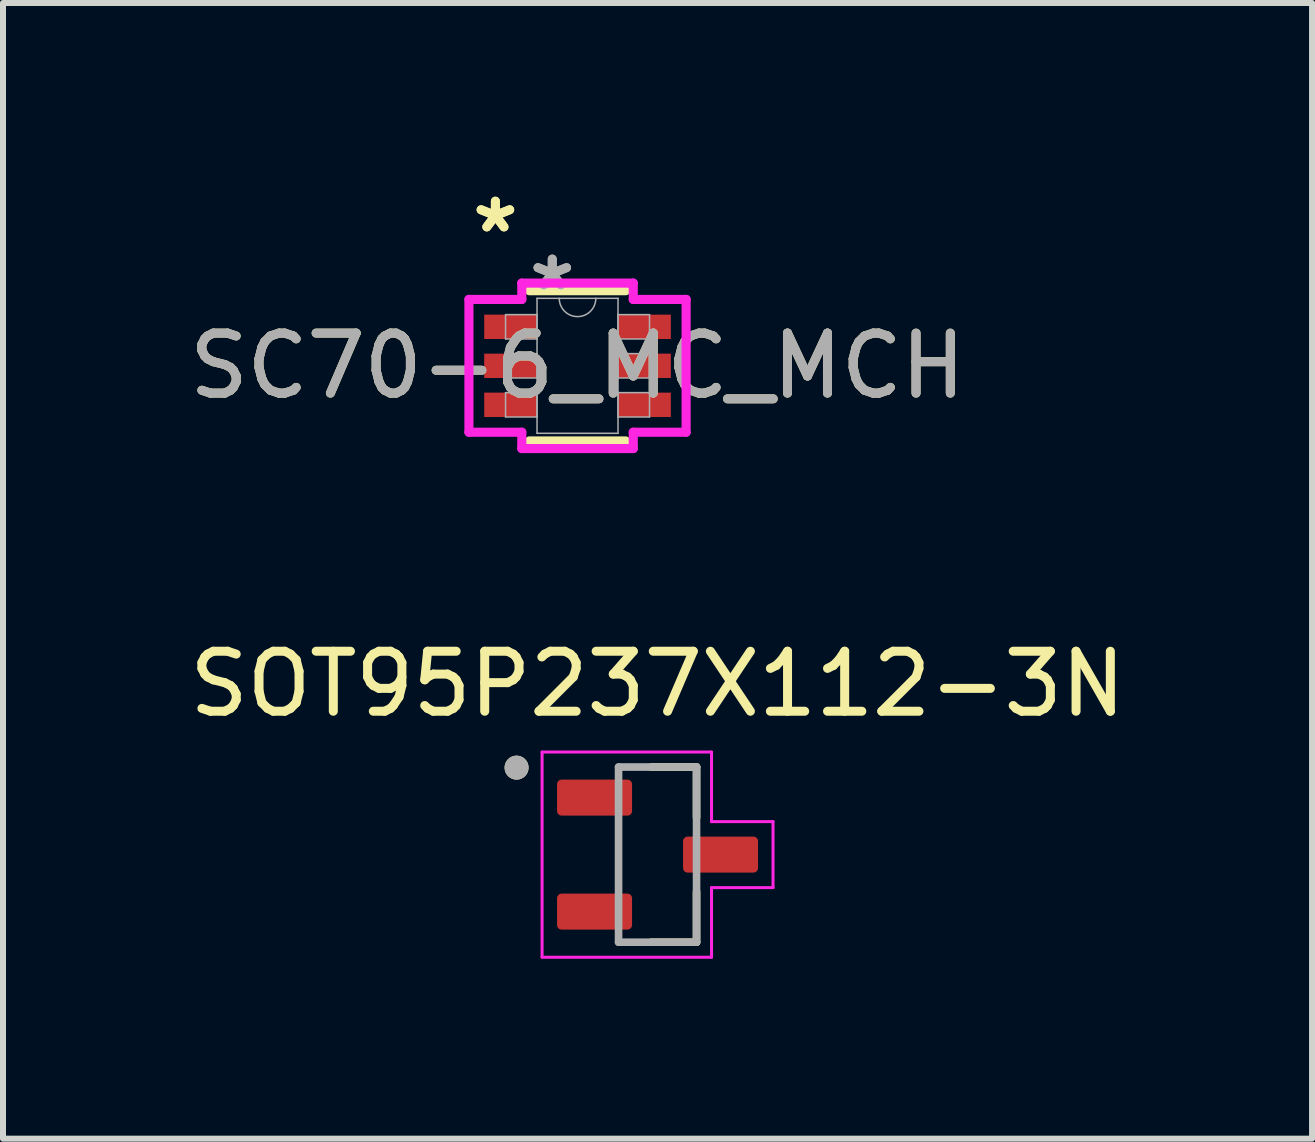
<source format=kicad_pcb>
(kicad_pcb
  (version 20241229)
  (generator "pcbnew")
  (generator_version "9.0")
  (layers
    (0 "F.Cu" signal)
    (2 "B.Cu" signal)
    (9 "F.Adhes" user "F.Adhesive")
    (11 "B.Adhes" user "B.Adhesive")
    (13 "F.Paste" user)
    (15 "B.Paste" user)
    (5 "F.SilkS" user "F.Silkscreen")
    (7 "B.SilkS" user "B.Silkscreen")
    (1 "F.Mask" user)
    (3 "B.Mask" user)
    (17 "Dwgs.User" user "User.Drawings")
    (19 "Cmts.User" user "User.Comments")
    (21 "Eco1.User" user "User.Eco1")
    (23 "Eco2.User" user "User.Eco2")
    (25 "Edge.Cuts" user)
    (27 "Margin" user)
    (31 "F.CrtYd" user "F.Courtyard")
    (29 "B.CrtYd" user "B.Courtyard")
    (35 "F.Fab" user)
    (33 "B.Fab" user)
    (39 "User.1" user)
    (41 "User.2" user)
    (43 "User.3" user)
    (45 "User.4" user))
  (footprint "SC70-6_MC_MCH"
    (layer "F.Cu")
    (at 6.577 3.048)
    (property "Reference" "SC70-6_MC_MCH" (at 0 0 0) (unlocked yes) (layer "F.SilkS") (effects (font (size 1 1) (thickness 0.15))))
    (attr smd)
    (fp_line (start -0.802 1.252) (end 0.802 1.252) (stroke (width 0.152) (type solid)) (layer "F.SilkS"))
    (fp_line (start 0.802 -1.252) (end -0.802 -1.252) (stroke (width 0.152) (type solid)) (layer "F.SilkS"))
    (fp_line (start -1.81 -1.107) (end -0.929 -1.107) (stroke (width 0.152) (type solid)) (layer "F.CrtYd"))
    (fp_line (start -1.81 1.107) (end -1.81 -1.107) (stroke (width 0.152) (type solid)) (layer "F.CrtYd"))
    (fp_line (start -0.929 -1.379) (end 0.929 -1.379) (stroke (width 0.152) (type solid)) (layer "F.CrtYd"))
    (fp_line (start -0.929 -1.107) (end -0.929 -1.379) (stroke (width 0.152) (type solid)) (layer "F.CrtYd"))
    (fp_line (start -0.929 1.107) (end -1.81 1.107) (stroke (width 0.152) (type solid)) (layer "F.CrtYd"))
    (fp_line (start -0.929 1.379) (end -0.929 1.107) (stroke (width 0.152) (type solid)) (layer "F.CrtYd"))
    (fp_line (start 0.929 -1.379) (end 0.929 -1.107) (stroke (width 0.152) (type solid)) (layer "F.CrtYd"))
    (fp_line (start 0.929 -1.107) (end 1.81 -1.107) (stroke (width 0.152) (type solid)) (layer "F.CrtYd"))
    (fp_line (start 0.929 1.107) (end 0.929 1.379) (stroke (width 0.152) (type solid)) (layer "F.CrtYd"))
    (fp_line (start 0.929 1.379) (end -0.929 1.379) (stroke (width 0.152) (type solid)) (layer "F.CrtYd"))
    (fp_line (start 1.81 -1.107) (end 1.81 1.107) (stroke (width 0.152) (type solid)) (layer "F.CrtYd"))
    (fp_line (start 1.81 1.107) (end 0.929 1.107) (stroke (width 0.152) (type solid)) (layer "F.CrtYd"))
    (fp_line (start -1.2 -0.853) (end -1.2 -0.447) (stroke (width 0.025) (type solid)) (layer "F.Fab"))
    (fp_line (start -1.2 -0.447) (end -0.675 -0.447) (stroke (width 0.025) (type solid)) (layer "F.Fab"))
    (fp_line (start -1.2 -0.203) (end -1.2 0.203) (stroke (width 0.025) (type solid)) (layer "F.Fab"))
    (fp_line (start -1.2 0.203) (end -0.675 0.203) (stroke (width 0.025) (type solid)) (layer "F.Fab"))
    (fp_line (start -1.2 0.447) (end -1.2 0.853) (stroke (width 0.025) (type solid)) (layer "F.Fab"))
    (fp_line (start -1.2 0.853) (end -0.675 0.853) (stroke (width 0.025) (type solid)) (layer "F.Fab"))
    (fp_line (start -0.675 -1.125) (end -0.675 1.125) (stroke (width 0.025) (type solid)) (layer "F.Fab"))
    (fp_line (start -0.675 -0.853) (end -1.2 -0.853) (stroke (width 0.025) (type solid)) (layer "F.Fab"))
    (fp_line (start -0.675 -0.447) (end -0.675 -0.853) (stroke (width 0.025) (type solid)) (layer "F.Fab"))
    (fp_line (start -0.675 -0.203) (end -1.2 -0.203) (stroke (width 0.025) (type solid)) (layer "F.Fab"))
    (fp_line (start -0.675 0.203) (end -0.675 -0.203) (stroke (width 0.025) (type solid)) (layer "F.Fab"))
    (fp_line (start -0.675 0.447) (end -1.2 0.447) (stroke (width 0.025) (type solid)) (layer "F.Fab"))
    (fp_line (start -0.675 0.853) (end -0.675 0.447) (stroke (width 0.025) (type solid)) (layer "F.Fab"))
    (fp_line (start -0.675 1.125) (end 0.675 1.125) (stroke (width 0.025) (type solid)) (layer "F.Fab"))
    (fp_line (start 0.675 -1.125) (end -0.675 -1.125) (stroke (width 0.025) (type solid)) (layer "F.Fab"))
    (fp_line (start 0.675 -0.853) (end 0.675 -0.447) (stroke (width 0.025) (type solid)) (layer "F.Fab"))
    (fp_line (start 0.675 -0.447) (end 1.2 -0.447) (stroke (width 0.025) (type solid)) (layer "F.Fab"))
    (fp_line (start 0.675 -0.203) (end 0.675 0.203) (stroke (width 0.025) (type solid)) (layer "F.Fab"))
    (fp_line (start 0.675 0.203) (end 1.2 0.203) (stroke (width 0.025) (type solid)) (layer "F.Fab"))
    (fp_line (start 0.675 0.447) (end 0.675 0.853) (stroke (width 0.025) (type solid)) (layer "F.Fab"))
    (fp_line (start 0.675 0.853) (end 1.2 0.853) (stroke (width 0.025) (type solid)) (layer "F.Fab"))
    (fp_line (start 0.675 1.125) (end 0.675 -1.125) (stroke (width 0.025) (type solid)) (layer "F.Fab"))
    (fp_line (start 1.2 -0.853) (end 0.675 -0.853) (stroke (width 0.025) (type solid)) (layer "F.Fab"))
    (fp_line (start 1.2 -0.447) (end 1.2 -0.853) (stroke (width 0.025) (type solid)) (layer "F.Fab"))
    (fp_line (start 1.2 -0.203) (end 0.675 -0.203) (stroke (width 0.025) (type solid)) (layer "F.Fab"))
    (fp_line (start 1.2 0.203) (end 1.2 -0.203) (stroke (width 0.025) (type solid)) (layer "F.Fab"))
    (fp_line (start 1.2 0.447) (end 0.675 0.447) (stroke (width 0.025) (type solid)) (layer "F.Fab"))
    (fp_line (start 1.2 0.853) (end 1.2 0.447) (stroke (width 0.025) (type solid)) (layer "F.Fab"))
    (fp_arc (start 0.3048 -1.125) (mid 0 -0.8202) (end -0.3048 -1.125) (stroke (width 0.0254) (type solid)) (layer "F.Fab"))
    (fp_text user "*" (at -1.369 -2.199 0) (unlocked yes) (layer "F.SilkS") (effects (font (size 1 1) (thickness 0.15))))
    (fp_text user "*" (at -1.369 -2.199 0) (layer "F.SilkS") (effects (font (size 1 1) (thickness 0.15))))
    (fp_text user "*" (at -0.421 -1.234 0) (unlocked yes) (layer "F.Fab") (effects (font (size 1 1) (thickness 0.15))))
    (fp_text user "${REFERENCE}" (at 0 0 0) (unlocked yes) (layer "F.Fab") (effects (font (size 1 1) (thickness 0.15))))
    (fp_text user "*" (at -0.421 -1.234 0) (layer "F.Fab") (effects (font (size 1 1) (thickness 0.15))))
    (pad "1" smd rect (at -1.115 -0.65) (size 0.881 0.406) (layers "F.Cu" "F.Mask" "F.Paste"))
    (pad "2" smd rect (at -1.115 0) (size 0.881 0.406) (layers "F.Cu" "F.Mask" "F.Paste"))
    (pad "3" smd rect (at -1.115 0.65) (size 0.881 0.406) (layers "F.Cu" "F.Mask" "F.Paste"))
    (pad "4" smd rect (at 1.115 0.65) (size 0.881 0.406) (layers "F.Cu" "F.Mask" "F.Paste"))
    (pad "5" smd rect (at 1.115 0) (size 0.881 0.406) (layers "F.Cu" "F.Mask" "F.Paste"))
    (pad "6" smd rect (at 1.115 -0.65) (size 0.881 0.406) (layers "F.Cu" "F.Mask" "F.Paste")))
  (footprint "SOT95P237X112-3N"
    (layer "F.Cu")
    (at 7.911 11.196)
    (property "Reference" "SOT95P237X112-3N" (at 0 -2.845 0) (layer "F.SilkS") (effects (font (size 1 1) (thickness 0.15))))
    (attr smd)
    (fp_line (start -0.105 -1.46) (end 0.65 -1.46) (stroke (width 0.127) (type solid)) (layer "F.SilkS"))
    (fp_line (start 0.65 -1.46) (end 0.65 -0.62) (stroke (width 0.127) (type solid)) (layer "F.SilkS"))
    (fp_line (start 0.65 1.46) (end -0.105 1.46) (stroke (width 0.127) (type solid)) (layer "F.SilkS"))
    (fp_line (start 0.65 1.46) (end 0.65 0.62) (stroke (width 0.127) (type solid)) (layer "F.SilkS"))
    (fp_circle (center -2.35 -1.45) (end -2.25 -1.45) (stroke (width 0.2) (type solid)) (fill no) (layer "F.SilkS"))
    (fp_line (start -1.925 -1.71) (end -1.925 1.71) (stroke (width 0.05) (type solid)) (layer "F.CrtYd"))
    (fp_line (start -1.925 1.71) (end 0.9 1.71) (stroke (width 0.05) (type solid)) (layer "F.CrtYd"))
    (fp_line (start 0.9 -1.71) (end -1.925 -1.71) (stroke (width 0.05) (type solid)) (layer "F.CrtYd"))
    (fp_line (start 0.9 -0.55) (end 0.9 -1.71) (stroke (width 0.05) (type solid)) (layer "F.CrtYd"))
    (fp_line (start 0.9 0.55) (end 1.925 0.55) (stroke (width 0.05) (type solid)) (layer "F.CrtYd"))
    (fp_line (start 0.9 1.71) (end 0.9 0.55) (stroke (width 0.05) (type solid)) (layer "F.CrtYd"))
    (fp_line (start 1.925 -0.55) (end 0.9 -0.55) (stroke (width 0.05) (type solid)) (layer "F.CrtYd"))
    (fp_line (start 1.925 0.55) (end 1.925 -0.55) (stroke (width 0.05) (type solid)) (layer "F.CrtYd"))
    (fp_line (start -0.65 -1.46) (end 0.65 -1.46) (stroke (width 0.127) (type solid)) (layer "F.Fab"))
    (fp_line (start -0.65 1.46) (end -0.65 -1.46) (stroke (width 0.127) (type solid)) (layer "F.Fab"))
    (fp_line (start 0.65 -1.46) (end 0.65 1.46) (stroke (width 0.127) (type solid)) (layer "F.Fab"))
    (fp_line (start 0.65 1.46) (end -0.65 1.46) (stroke (width 0.127) (type solid)) (layer "F.Fab"))
    (fp_circle (center -2.35 -1.45) (end -2.25 -1.45) (stroke (width 0.2) (type solid)) (fill no) (layer "F.Fab"))
    (pad "1" smd roundrect (at -1.05 -0.95) (size 1.25 0.6) (layers "F.Cu" "F.Mask" "F.Paste") (roundrect_rratio 0.125))
    (pad "2" smd roundrect (at -1.05 0.95) (size 1.25 0.6) (layers "F.Cu" "F.Mask" "F.Paste") (roundrect_rratio 0.125))
    (pad "3" smd roundrect (at 1.05 0) (size 1.25 0.6) (layers "F.Cu" "F.Mask" "F.Paste") (roundrect_rratio 0.125)))
  (gr_rect
    (start -3 -3)
    (end 18.821 15.931)
    (stroke (width 0.1) (type default))
    (fill no)
    (layer "Edge.Cuts")))
</source>
